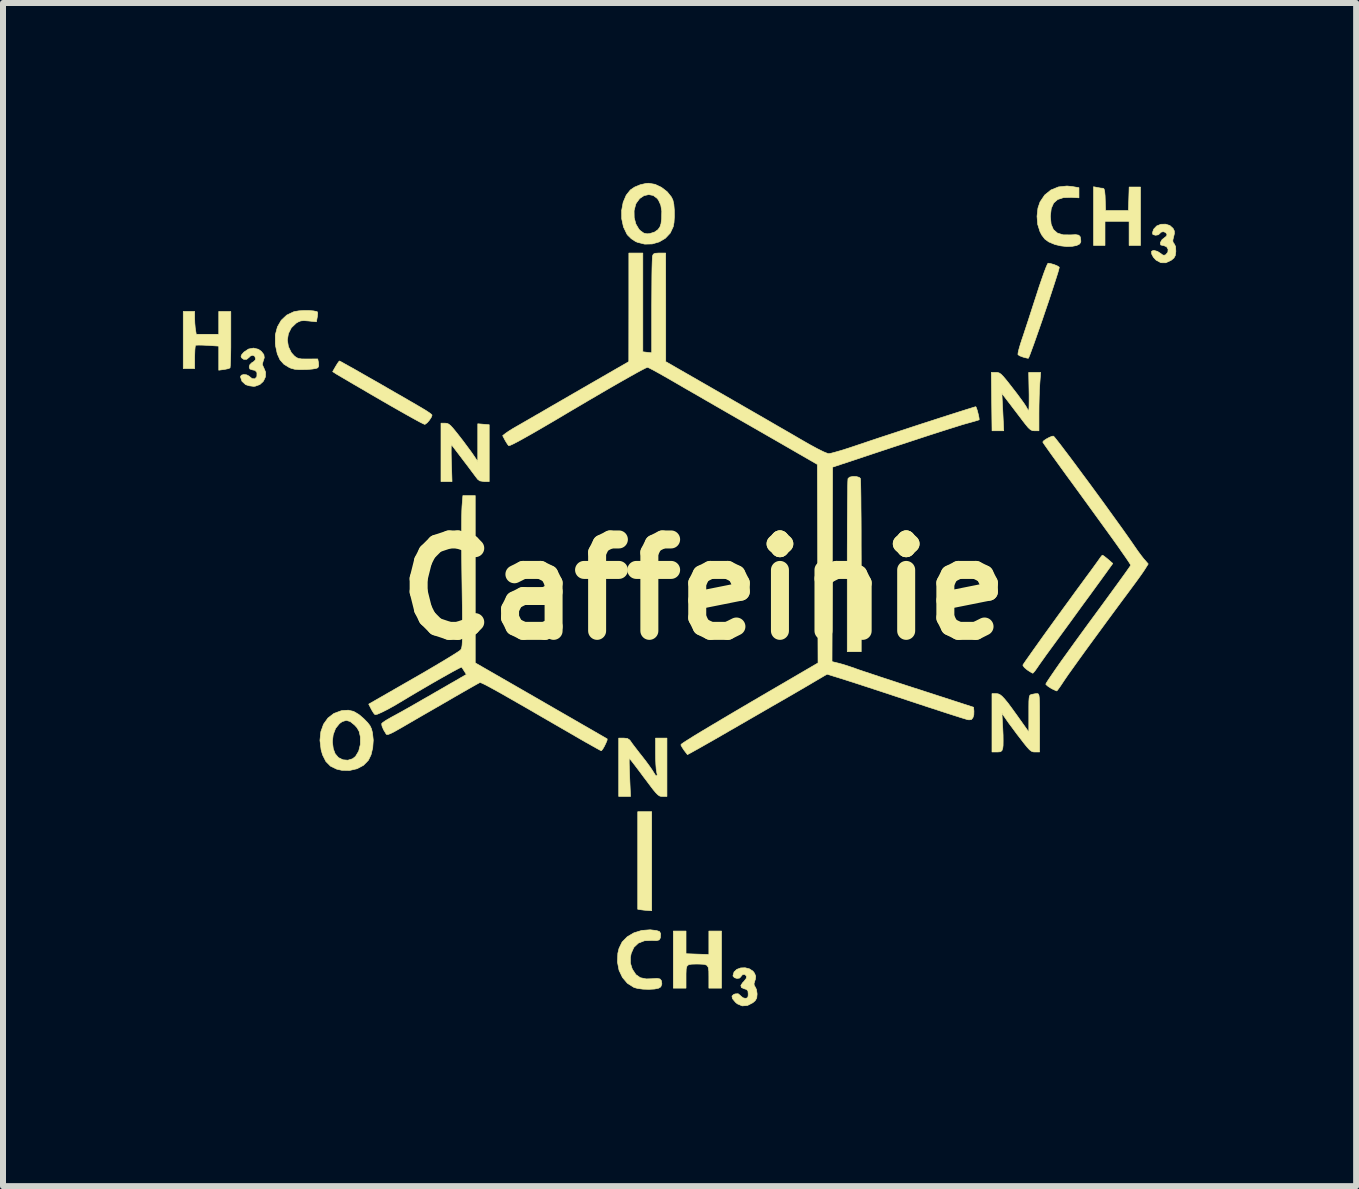
<source format=kicad_pcb>
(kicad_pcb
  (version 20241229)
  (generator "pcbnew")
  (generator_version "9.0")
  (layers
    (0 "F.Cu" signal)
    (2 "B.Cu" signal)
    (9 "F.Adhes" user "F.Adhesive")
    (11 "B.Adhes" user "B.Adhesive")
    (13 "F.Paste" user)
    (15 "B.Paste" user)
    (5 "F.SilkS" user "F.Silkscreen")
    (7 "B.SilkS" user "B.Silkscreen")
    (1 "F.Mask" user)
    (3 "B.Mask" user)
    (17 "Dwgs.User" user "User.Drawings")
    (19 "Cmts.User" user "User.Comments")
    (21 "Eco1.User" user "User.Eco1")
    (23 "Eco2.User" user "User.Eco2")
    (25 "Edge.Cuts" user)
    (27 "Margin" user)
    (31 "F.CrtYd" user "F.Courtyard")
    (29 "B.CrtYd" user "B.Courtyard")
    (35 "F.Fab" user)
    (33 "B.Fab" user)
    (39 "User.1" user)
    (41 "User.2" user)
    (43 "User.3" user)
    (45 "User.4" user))
  (footprint "Caffeinie"
    (layer "F.Cu")
    (at 8.683 6.778)
    (property "Reference" "Caffeinie" (at 0 0 0) (layer "F.SilkS") (effects (font (size 1.524 1.524) (thickness 0.3))))
    (attr through_hole)
    (fp_poly (pts (xy -0.868 5.355) (xy -0.926 5.352) (xy -0.995 5.346) (xy -1.042 5.34) (xy -1.101 5.331) (xy -1.101 3.704) (xy -0.868 3.704) (xy -0.868 5.355)) (stroke (width 0.01) (type solid)) (fill yes) (layer "F.SilkS"))
    (fp_poly (pts (xy 6.564 -6.702) (xy 6.62 -6.692) (xy 6.659 -6.689) (xy 6.674 -6.676) (xy 6.684 -6.636) (xy 6.691 -6.562) (xy 6.693 -6.503) (xy 6.699 -6.318) (xy 7.08 -6.318) (xy 7.092 -6.71) (xy 7.281 -6.71) (xy 7.281 -5.736) (xy 7.091 -5.736) (xy 7.091 -6.138) (xy 6.689 -6.138) (xy 6.689 -5.736) (xy 6.498 -5.736) (xy 6.498 -6.715) (xy 6.564 -6.702)) (stroke (width 0.01) (type solid)) (fill yes) (layer "F.SilkS"))
    (fp_poly (pts (xy -0.296 6.072) (xy -0.106 6.079) (xy 0.085 6.085) (xy 0.085 5.89) (xy 0.085 5.694) (xy 0.296 5.694) (xy 0.296 6.646) (xy 0.085 6.646) (xy 0.085 6.458) (xy 0.084 6.362) (xy 0.075 6.3) (xy 0.052 6.265) (xy 0.008 6.249) (xy -0.066 6.245) (xy -0.12 6.244) (xy -0.2 6.246) (xy -0.251 6.254) (xy -0.28 6.279) (xy -0.293 6.326) (xy -0.296 6.404) (xy -0.296 6.458) (xy -0.296 6.646) (xy -0.508 6.646) (xy -0.508 5.694) (xy -0.296 5.694) (xy -0.296 6.072)) (stroke (width 0.01) (type solid)) (fill yes) (layer "F.SilkS"))
    (fp_poly (pts (xy 2.544 -1.883) (xy 2.593 -1.869) (xy 2.612 -1.85) (xy 2.614 -1.824) (xy 2.616 -1.759) (xy 2.618 -1.658) (xy 2.62 -1.526) (xy 2.621 -1.366) (xy 2.623 -1.182) (xy 2.624 -0.976) (xy 2.624 -0.753) (xy 2.625 -0.516) (xy 2.625 -0.39) (xy 2.625 1.037) (xy 2.392 1.037) (xy 2.392 -0.39) (xy 2.392 -0.632) (xy 2.393 -0.863) (xy 2.393 -1.078) (xy 2.395 -1.274) (xy 2.396 -1.447) (xy 2.398 -1.594) (xy 2.399 -1.711) (xy 2.401 -1.795) (xy 2.404 -1.842) (xy 2.405 -1.85) (xy 2.433 -1.874) (xy 2.486 -1.885) (xy 2.544 -1.883)) (stroke (width 0.01) (type solid)) (fill yes) (layer "F.SilkS"))
    (fp_poly (pts (xy -8.488 -4.524) (xy -8.485 -4.442) (xy -8.478 -4.361) (xy -8.474 -4.334) (xy -8.461 -4.255) (xy -8.086 -4.255) (xy -8.086 -4.636) (xy -7.985 -4.635) (xy -7.885 -4.635) (xy -7.885 -4.172) (xy -7.885 -4.036) (xy -7.887 -3.914) (xy -7.89 -3.813) (xy -7.893 -3.739) (xy -7.897 -3.699) (xy -7.899 -3.694) (xy -7.927 -3.682) (xy -7.98 -3.671) (xy -7.999 -3.668) (xy -8.086 -3.656) (xy -8.086 -4.058) (xy -8.271 -4.07) (xy -8.356 -4.074) (xy -8.424 -4.075) (xy -8.465 -4.073) (xy -8.472 -4.071) (xy -8.479 -4.047) (xy -8.484 -3.991) (xy -8.487 -3.912) (xy -8.488 -3.872) (xy -8.488 -3.683) (xy -8.678 -3.683) (xy -8.678 -4.636) (xy -8.488 -4.636) (xy -8.488 -4.524)) (stroke (width 0.01) (type solid)) (fill yes) (layer "F.SilkS"))
    (fp_poly (pts (xy -4.281 -2.77) (xy -4.251 -2.757) (xy -4.218 -2.73) (xy -4.174 -2.681) (xy -4.114 -2.607) (xy -4.08 -2.564) (xy -4.008 -2.471) (xy -3.939 -2.378) (xy -3.879 -2.297) (xy -3.842 -2.244) (xy -3.768 -2.134) (xy -3.768 -2.763) (xy -3.577 -2.747) (xy -3.577 -1.799) (xy -3.659 -1.799) (xy -3.734 -1.811) (xy -3.77 -1.838) (xy -3.815 -1.897) (xy -3.872 -1.973) (xy -3.936 -2.059) (xy -4.004 -2.148) (xy -4.069 -2.234) (xy -4.127 -2.31) (xy -4.172 -2.369) (xy -4.2 -2.405) (xy -4.207 -2.413) (xy -4.21 -2.397) (xy -4.211 -2.346) (xy -4.211 -2.266) (xy -4.209 -2.165) (xy -4.207 -2.111) (xy -4.197 -1.799) (xy -4.381 -1.799) (xy -4.381 -2.773) (xy -4.312 -2.773) (xy -4.281 -2.77)) (stroke (width 0.01) (type solid)) (fill yes) (layer "F.SilkS"))
    (fp_poly (pts (xy 6.143 -6.718) (xy 6.255 -6.699) (xy 6.255 -6.53) (xy 6.126 -6.537) (xy 5.997 -6.533) (xy 5.9 -6.502) (xy 5.833 -6.443) (xy 5.793 -6.352) (xy 5.779 -6.229) (xy 5.779 -6.212) (xy 5.791 -6.09) (xy 5.829 -6.001) (xy 5.896 -5.942) (xy 5.992 -5.913) (xy 6.119 -5.912) (xy 6.119 -5.912) (xy 6.202 -5.916) (xy 6.252 -5.907) (xy 6.277 -5.879) (xy 6.285 -5.827) (xy 6.286 -5.796) (xy 6.267 -5.761) (xy 6.216 -5.735) (xy 6.14 -5.721) (xy 6.049 -5.718) (xy 5.951 -5.729) (xy 5.854 -5.752) (xy 5.847 -5.755) (xy 5.753 -5.794) (xy 5.687 -5.842) (xy 5.635 -5.909) (xy 5.605 -5.967) (xy 5.567 -6.087) (xy 5.556 -6.222) (xy 5.571 -6.358) (xy 5.606 -6.461) (xy 5.684 -6.577) (xy 5.788 -6.661) (xy 5.914 -6.712) (xy 6.055 -6.727) (xy 6.143 -6.718)) (stroke (width 0.01) (type solid)) (fill yes) (layer "F.SilkS"))
    (fp_poly (pts (xy 5.785 -5.433) (xy 5.841 -5.417) (xy 5.892 -5.396) (xy 5.923 -5.376) (xy 5.927 -5.37) (xy 5.92 -5.34) (xy 5.902 -5.276) (xy 5.873 -5.185) (xy 5.836 -5.07) (xy 5.793 -4.939) (xy 5.746 -4.796) (xy 5.695 -4.647) (xy 5.644 -4.496) (xy 5.593 -4.349) (xy 5.545 -4.212) (xy 5.502 -4.09) (xy 5.464 -3.987) (xy 5.436 -3.911) (xy 5.417 -3.865) (xy 5.41 -3.854) (xy 5.375 -3.861) (xy 5.322 -3.875) (xy 5.319 -3.876) (xy 5.269 -3.895) (xy 5.239 -3.915) (xy 5.238 -3.916) (xy 5.24 -3.944) (xy 5.253 -4.002) (xy 5.276 -4.082) (xy 5.299 -4.154) (xy 5.327 -4.236) (xy 5.364 -4.349) (xy 5.409 -4.485) (xy 5.458 -4.637) (xy 5.509 -4.795) (xy 5.545 -4.905) (xy 5.591 -5.048) (xy 5.635 -5.176) (xy 5.673 -5.284) (xy 5.705 -5.368) (xy 5.728 -5.421) (xy 5.74 -5.44) (xy 5.785 -5.433)) (stroke (width 0.01) (type solid)) (fill yes) (layer "F.SilkS"))
    (fp_poly (pts (xy -6.053 -3.8) (xy -6.001 -3.771) (xy -5.922 -3.727) (xy -5.82 -3.67) (xy -5.701 -3.602) (xy -5.57 -3.527) (xy -5.43 -3.448) (xy -5.288 -3.366) (xy -5.148 -3.285) (xy -5.013 -3.208) (xy -4.891 -3.137) (xy -4.784 -3.075) (xy -4.699 -3.025) (xy -4.639 -2.989) (xy -4.62 -2.977) (xy -4.568 -2.942) (xy -4.536 -2.916) (xy -4.53 -2.907) (xy -4.543 -2.871) (xy -4.574 -2.823) (xy -4.611 -2.78) (xy -4.645 -2.755) (xy -4.653 -2.753) (xy -4.679 -2.764) (xy -4.737 -2.793) (xy -4.823 -2.84) (xy -4.933 -2.901) (xy -5.062 -2.974) (xy -5.208 -3.057) (xy -5.364 -3.147) (xy -5.393 -3.164) (xy -5.552 -3.256) (xy -5.7 -3.343) (xy -5.835 -3.421) (xy -5.95 -3.489) (xy -6.042 -3.543) (xy -6.107 -3.581) (xy -6.14 -3.601) (xy -6.142 -3.603) (xy -6.187 -3.632) (xy -6.136 -3.721) (xy -6.104 -3.773) (xy -6.08 -3.805) (xy -6.073 -3.81) (xy -6.053 -3.8)) (stroke (width 0.01) (type solid)) (fill yes) (layer "F.SilkS"))
    (fp_poly (pts (xy -0.786 5.686) (xy -0.737 5.703) (xy -0.72 5.736) (xy -0.72 5.748) (xy -0.724 5.809) (xy -0.744 5.842) (xy -0.787 5.854) (xy -0.863 5.851) (xy -0.865 5.851) (xy -0.989 5.856) (xy -1.09 5.895) (xy -1.165 5.966) (xy -1.21 6.066) (xy -1.223 6.135) (xy -1.223 6.228) (xy -1.198 6.311) (xy -1.187 6.336) (xy -1.131 6.421) (xy -1.057 6.472) (xy -0.96 6.492) (xy -0.862 6.489) (xy -0.779 6.483) (xy -0.73 6.493) (xy -0.706 6.522) (xy -0.699 6.574) (xy -0.699 6.578) (xy -0.717 6.625) (xy -0.753 6.647) (xy -0.821 6.661) (xy -0.913 6.666) (xy -1.013 6.663) (xy -1.104 6.651) (xy -1.164 6.634) (xy -1.273 6.565) (xy -1.356 6.467) (xy -1.413 6.347) (xy -1.439 6.211) (xy -1.433 6.066) (xy -1.413 5.983) (xy -1.361 5.876) (xy -1.275 5.789) (xy -1.165 5.724) (xy -1.035 5.684) (xy -0.894 5.673) (xy -0.786 5.686)) (stroke (width 0.01) (type solid)) (fill yes) (layer "F.SilkS"))
    (fp_poly (pts (xy 4.87 -3.62) (xy 4.9 -3.618) (xy 4.927 -3.609) (xy 4.957 -3.589) (xy 4.994 -3.551) (xy 5.043 -3.493) (xy 5.111 -3.407) (xy 5.149 -3.358) (xy 5.222 -3.264) (xy 5.286 -3.177) (xy 5.338 -3.105) (xy 5.371 -3.055) (xy 5.379 -3.041) (xy 5.401 -3.001) (xy 5.417 -2.984) (xy 5.421 -3.004) (xy 5.423 -3.059) (xy 5.424 -3.142) (xy 5.424 -3.245) (xy 5.423 -3.302) (xy 5.417 -3.619) (xy 5.616 -3.619) (xy 5.602 -3.426) (xy 5.596 -3.327) (xy 5.592 -3.202) (xy 5.589 -3.067) (xy 5.588 -2.939) (xy 5.588 -2.646) (xy 5.516 -2.646) (xy 5.479 -2.649) (xy 5.447 -2.664) (xy 5.411 -2.696) (xy 5.364 -2.753) (xy 5.328 -2.799) (xy 5.257 -2.893) (xy 5.176 -2.999) (xy 5.101 -3.098) (xy 5.091 -3.111) (xy 4.97 -3.269) (xy 4.986 -2.957) (xy 5.001 -2.646) (xy 4.806 -2.646) (xy 4.8 -3.133) (xy 4.794 -3.62) (xy 4.87 -3.62)) (stroke (width 0.01) (type solid)) (fill yes) (layer "F.SilkS"))
    (fp_poly (pts (xy -1.274 2.483) (xy -1.234 2.51) (xy -1.216 2.535) (xy -1.188 2.575) (xy -1.14 2.638) (xy -1.08 2.716) (xy -1.025 2.785) (xy -0.96 2.869) (xy -0.903 2.947) (xy -0.859 3.011) (xy -0.838 3.045) (xy -0.806 3.095) (xy -0.784 3.11) (xy -0.776 3.089) (xy -0.785 3.043) (xy -0.793 2.994) (xy -0.799 2.915) (xy -0.803 2.817) (xy -0.804 2.725) (xy -0.804 2.477) (xy -0.614 2.477) (xy -0.614 3.45) (xy -0.687 3.45) (xy -0.714 3.449) (xy -0.739 3.441) (xy -0.766 3.422) (xy -0.8 3.388) (xy -0.845 3.334) (xy -0.905 3.255) (xy -0.986 3.147) (xy -0.997 3.133) (xy -1.071 3.033) (xy -1.137 2.946) (xy -1.19 2.877) (xy -1.226 2.832) (xy -1.241 2.815) (xy -1.241 2.815) (xy -1.243 2.835) (xy -1.243 2.89) (xy -1.241 2.973) (xy -1.237 3.076) (xy -1.235 3.133) (xy -1.221 3.45) (xy -1.418 3.45) (xy -1.418 2.477) (xy -1.336 2.477) (xy -1.274 2.483)) (stroke (width 0.01) (type solid)) (fill yes) (layer "F.SilkS"))
    (fp_poly (pts (xy -6.583 -4.651) (xy -6.508 -4.645) (xy -6.456 -4.635) (xy -6.441 -4.628) (xy -6.437 -4.601) (xy -6.442 -4.551) (xy -6.444 -4.54) (xy -6.458 -4.463) (xy -6.589 -4.477) (xy -6.667 -4.483) (xy -6.719 -4.478) (xy -6.763 -4.46) (xy -6.795 -4.441) (xy -6.876 -4.363) (xy -6.925 -4.266) (xy -6.942 -4.159) (xy -6.925 -4.05) (xy -6.876 -3.949) (xy -6.827 -3.895) (xy -6.793 -3.868) (xy -6.756 -3.852) (xy -6.705 -3.844) (xy -6.625 -3.843) (xy -6.603 -3.843) (xy -6.436 -3.844) (xy -6.423 -3.782) (xy -6.42 -3.727) (xy -6.434 -3.697) (xy -6.465 -3.685) (xy -6.528 -3.675) (xy -6.611 -3.668) (xy -6.642 -3.667) (xy -6.746 -3.666) (xy -6.821 -3.672) (xy -6.88 -3.688) (xy -6.911 -3.701) (xy -7 -3.756) (xy -7.065 -3.829) (xy -7.11 -3.928) (xy -7.138 -4.058) (xy -7.143 -4.1) (xy -7.143 -4.246) (xy -7.108 -4.378) (xy -7.044 -4.489) (xy -6.952 -4.575) (xy -6.837 -4.63) (xy -6.816 -4.635) (xy -6.749 -4.646) (xy -6.667 -4.651) (xy -6.583 -4.651)) (stroke (width 0.01) (type solid)) (fill yes) (layer "F.SilkS"))
    (fp_poly (pts (xy 6.67 -0.559) (xy 6.712 -0.526) (xy 6.74 -0.503) (xy 6.819 -0.434) (xy 6.717 -0.292) (xy 6.675 -0.234) (xy 6.612 -0.147) (xy 6.531 -0.036) (xy 6.436 0.095) (xy 6.33 0.239) (xy 6.218 0.393) (xy 6.103 0.552) (xy 5.988 0.709) (xy 5.877 0.861) (xy 5.779 0.995) (xy 5.711 1.088) (xy 5.647 1.178) (xy 5.593 1.254) (xy 5.557 1.307) (xy 5.557 1.307) (xy 5.521 1.358) (xy 5.493 1.39) (xy 5.485 1.396) (xy 5.461 1.384) (xy 5.416 1.356) (xy 5.391 1.339) (xy 5.346 1.301) (xy 5.322 1.269) (xy 5.321 1.258) (xy 5.336 1.235) (xy 5.372 1.182) (xy 5.428 1.103) (xy 5.499 1.002) (xy 5.584 0.883) (xy 5.678 0.751) (xy 5.78 0.61) (xy 5.886 0.463) (xy 5.993 0.316) (xy 6.099 0.171) (xy 6.199 0.033) (xy 6.292 -0.093) (xy 6.373 -0.204) (xy 6.445 -0.301) (xy 6.509 -0.389) (xy 6.561 -0.461) (xy 6.596 -0.51) (xy 6.607 -0.526) (xy 6.633 -0.561) (xy 6.648 -0.572) (xy 6.67 -0.559)) (stroke (width 0.01) (type solid)) (fill yes) (layer "F.SilkS"))
    (fp_poly (pts (xy -7.425 -4.005) (xy -7.376 -3.97) (xy -7.334 -3.916) (xy -7.327 -3.864) (xy -7.347 -3.802) (xy -7.36 -3.753) (xy -7.341 -3.707) (xy -7.337 -3.701) (xy -7.305 -3.624) (xy -7.308 -3.544) (xy -7.342 -3.472) (xy -7.401 -3.417) (xy -7.479 -3.389) (xy -7.507 -3.387) (xy -7.576 -3.396) (xy -7.635 -3.414) (xy -7.64 -3.417) (xy -7.699 -3.471) (xy -7.724 -3.546) (xy -7.724 -3.548) (xy -7.709 -3.573) (xy -7.67 -3.584) (xy -7.622 -3.579) (xy -7.583 -3.559) (xy -7.579 -3.555) (xy -7.53 -3.516) (xy -7.486 -3.512) (xy -7.455 -3.542) (xy -7.45 -3.556) (xy -7.449 -3.617) (xy -7.481 -3.653) (xy -7.527 -3.662) (xy -7.567 -3.676) (xy -7.579 -3.709) (xy -7.567 -3.749) (xy -7.531 -3.784) (xy -7.509 -3.795) (xy -7.478 -3.825) (xy -7.472 -3.849) (xy -7.487 -3.891) (xy -7.522 -3.906) (xy -7.562 -3.89) (xy -7.575 -3.875) (xy -7.619 -3.838) (xy -7.669 -3.837) (xy -7.704 -3.862) (xy -7.715 -3.888) (xy -7.701 -3.919) (xy -7.666 -3.958) (xy -7.59 -4.009) (xy -7.506 -4.025) (xy -7.425 -4.005)) (stroke (width 0.01) (type solid)) (fill yes) (layer "F.SilkS"))
    (fp_poly (pts (xy -5.838 2.032) (xy -5.751 2.083) (xy -5.67 2.152) (xy -5.605 2.218) (xy -5.565 2.27) (xy -5.54 2.322) (xy -5.523 2.389) (xy -5.51 2.511) (xy -5.519 2.638) (xy -5.547 2.756) (xy -5.591 2.847) (xy -5.673 2.931) (xy -5.78 2.988) (xy -5.905 3.017) (xy -6.036 3.014) (xy -6.12 2.995) (xy -6.223 2.945) (xy -6.3 2.867) (xy -6.355 2.758) (xy -6.38 2.671) (xy -6.396 2.536) (xy -6.192 2.536) (xy -6.177 2.654) (xy -6.146 2.737) (xy -6.091 2.802) (xy -6.016 2.839) (xy -5.934 2.846) (xy -5.855 2.822) (xy -5.806 2.783) (xy -5.753 2.695) (xy -5.725 2.582) (xy -5.725 2.458) (xy -5.727 2.447) (xy -5.745 2.367) (xy -5.781 2.304) (xy -5.821 2.26) (xy -5.894 2.201) (xy -5.96 2.182) (xy -6.027 2.202) (xy -6.073 2.235) (xy -6.138 2.315) (xy -6.178 2.42) (xy -6.192 2.536) (xy -6.396 2.536) (xy -6.399 2.514) (xy -6.384 2.371) (xy -6.339 2.245) (xy -6.265 2.142) (xy -6.166 2.066) (xy -6.043 2.021) (xy -6.025 2.018) (xy -5.926 2.012) (xy -5.838 2.032)) (stroke (width 0.01) (type solid)) (fill yes) (layer "F.SilkS"))
    (fp_poly (pts (xy 4.906 1.739) (xy 4.937 1.752) (xy 4.971 1.778) (xy 5.013 1.822) (xy 5.067 1.887) (xy 5.134 1.977) (xy 5.22 2.096) (xy 5.278 2.178) (xy 5.419 2.376) (xy 5.419 2.069) (xy 5.419 1.949) (xy 5.42 1.865) (xy 5.424 1.81) (xy 5.43 1.777) (xy 5.441 1.76) (xy 5.457 1.752) (xy 5.466 1.749) (xy 5.524 1.738) (xy 5.556 1.736) (xy 5.57 1.737) (xy 5.58 1.745) (xy 5.588 1.764) (xy 5.593 1.8) (xy 5.596 1.858) (xy 5.598 1.942) (xy 5.598 2.058) (xy 5.599 2.211) (xy 5.599 2.709) (xy 5.524 2.709) (xy 5.491 2.707) (xy 5.462 2.696) (xy 5.43 2.671) (xy 5.389 2.626) (xy 5.332 2.556) (xy 5.292 2.503) (xy 5.22 2.41) (xy 5.15 2.315) (xy 5.088 2.232) (xy 5.052 2.181) (xy 4.971 2.064) (xy 4.985 2.321) (xy 4.99 2.427) (xy 4.991 2.524) (xy 4.99 2.601) (xy 4.985 2.643) (xy 4.971 2.686) (xy 4.946 2.705) (xy 4.894 2.709) (xy 4.888 2.709) (xy 4.805 2.709) (xy 4.805 1.736) (xy 4.876 1.736) (xy 4.906 1.739)) (stroke (width 0.01) (type solid)) (fill yes) (layer "F.SilkS"))
    (fp_poly (pts (xy 0.761 6.324) (xy 0.821 6.364) (xy 0.846 6.397) (xy 0.866 6.447) (xy 0.861 6.496) (xy 0.852 6.523) (xy 0.837 6.575) (xy 0.845 6.609) (xy 0.858 6.626) (xy 0.878 6.668) (xy 0.888 6.731) (xy 0.889 6.747) (xy 0.883 6.81) (xy 0.858 6.854) (xy 0.818 6.889) (xy 0.729 6.935) (xy 0.641 6.942) (xy 0.56 6.908) (xy 0.528 6.881) (xy 0.479 6.822) (xy 0.47 6.779) (xy 0.499 6.751) (xy 0.524 6.742) (xy 0.573 6.739) (xy 0.607 6.766) (xy 0.611 6.772) (xy 0.653 6.806) (xy 0.69 6.816) (xy 0.725 6.809) (xy 0.739 6.783) (xy 0.741 6.743) (xy 0.736 6.692) (xy 0.713 6.668) (xy 0.677 6.657) (xy 0.628 6.636) (xy 0.618 6.602) (xy 0.648 6.555) (xy 0.67 6.533) (xy 0.708 6.484) (xy 0.713 6.447) (xy 0.685 6.418) (xy 0.648 6.419) (xy 0.622 6.449) (xy 0.621 6.452) (xy 0.597 6.478) (xy 0.554 6.484) (xy 0.512 6.472) (xy 0.488 6.445) (xy 0.487 6.436) (xy 0.505 6.376) (xy 0.551 6.333) (xy 0.616 6.309) (xy 0.689 6.306) (xy 0.761 6.324)) (stroke (width 0.01) (type solid)) (fill yes) (layer "F.SilkS"))
    (fp_poly (pts (xy -0.812 -6.755) (xy -0.706 -6.705) (xy -0.611 -6.632) (xy -0.54 -6.544) (xy -0.515 -6.493) (xy -0.499 -6.422) (xy -0.491 -6.325) (xy -0.49 -6.219) (xy -0.496 -6.119) (xy -0.509 -6.049) (xy -0.559 -5.942) (xy -0.64 -5.856) (xy -0.743 -5.795) (xy -0.86 -5.761) (xy -0.985 -5.758) (xy -1.108 -5.789) (xy -1.139 -5.803) (xy -1.208 -5.848) (xy -1.267 -5.906) (xy -1.281 -5.924) (xy -1.339 -6.045) (xy -1.368 -6.18) (xy -1.369 -6.314) (xy -1.162 -6.314) (xy -1.16 -6.2) (xy -1.132 -6.093) (xy -1.08 -6.005) (xy -1.053 -5.979) (xy -0.999 -5.941) (xy -0.946 -5.93) (xy -0.903 -5.933) (xy -0.821 -5.959) (xy -0.765 -5.998) (xy -0.732 -6.042) (xy -0.713 -6.098) (xy -0.703 -6.179) (xy -0.7 -6.309) (xy -0.717 -6.409) (xy -0.753 -6.488) (xy -0.775 -6.519) (xy -0.841 -6.569) (xy -0.918 -6.584) (xy -0.997 -6.566) (xy -1.069 -6.518) (xy -1.125 -6.442) (xy -1.135 -6.421) (xy -1.162 -6.314) (xy -1.369 -6.314) (xy -1.369 -6.32) (xy -1.344 -6.455) (xy -1.293 -6.574) (xy -1.224 -6.661) (xy -1.153 -6.709) (xy -1.059 -6.748) (xy -0.962 -6.77) (xy -0.918 -6.773) (xy -0.812 -6.755)) (stroke (width 0.01) (type solid)) (fill yes) (layer "F.SilkS"))
    (fp_poly (pts (xy 7.771 -6.068) (xy 7.825 -6.019) (xy 7.845 -5.977) (xy 7.846 -5.933) (xy 7.834 -5.883) (xy 7.82 -5.825) (xy 7.823 -5.79) (xy 7.842 -5.765) (xy 7.866 -5.718) (xy 7.87 -5.641) (xy 7.87 -5.634) (xy 7.861 -5.568) (xy 7.838 -5.526) (xy 7.792 -5.488) (xy 7.791 -5.488) (xy 7.703 -5.447) (xy 7.621 -5.448) (xy 7.543 -5.49) (xy 7.539 -5.493) (xy 7.495 -5.541) (xy 7.468 -5.592) (xy 7.467 -5.598) (xy 7.465 -5.638) (xy 7.49 -5.651) (xy 7.51 -5.652) (xy 7.564 -5.637) (xy 7.614 -5.605) (xy 7.656 -5.574) (xy 7.689 -5.575) (xy 7.7 -5.58) (xy 7.737 -5.623) (xy 7.741 -5.672) (xy 7.716 -5.714) (xy 7.665 -5.735) (xy 7.652 -5.736) (xy 7.618 -5.744) (xy 7.612 -5.775) (xy 7.614 -5.787) (xy 7.64 -5.833) (xy 7.676 -5.861) (xy 7.716 -5.893) (xy 7.722 -5.922) (xy 7.699 -5.953) (xy 7.659 -5.966) (xy 7.621 -5.956) (xy 7.607 -5.939) (xy 7.579 -5.914) (xy 7.533 -5.906) (xy 7.493 -5.916) (xy 7.483 -5.926) (xy 7.483 -5.957) (xy 7.5 -6.005) (xy 7.502 -6.009) (xy 7.551 -6.061) (xy 7.621 -6.089) (xy 7.699 -6.091) (xy 7.771 -6.068)) (stroke (width 0.01) (type solid)) (fill yes) (layer "F.SilkS"))
    (fp_poly (pts (xy 5.847 -2.54) (xy 5.886 -2.491) (xy 5.945 -2.416) (xy 6.019 -2.318) (xy 6.108 -2.201) (xy 6.207 -2.068) (xy 6.314 -1.923) (xy 6.427 -1.771) (xy 6.542 -1.614) (xy 6.657 -1.457) (xy 6.768 -1.303) (xy 6.874 -1.156) (xy 6.972 -1.02) (xy 7.058 -0.899) (xy 7.13 -0.796) (xy 7.179 -0.725) (xy 7.235 -0.644) (xy 7.292 -0.567) (xy 7.338 -0.508) (xy 7.347 -0.499) (xy 7.41 -0.426) (xy 7.353 -0.335) (xy 7.321 -0.287) (xy 7.269 -0.213) (xy 7.203 -0.122) (xy 7.129 -0.022) (xy 7.09 0.031) (xy 6.967 0.196) (xy 6.84 0.368) (xy 6.711 0.543) (xy 6.583 0.718) (xy 6.459 0.887) (xy 6.343 1.046) (xy 6.238 1.192) (xy 6.147 1.319) (xy 6.072 1.424) (xy 6.018 1.503) (xy 5.994 1.539) (xy 5.948 1.608) (xy 5.911 1.66) (xy 5.888 1.689) (xy 5.884 1.691) (xy 5.861 1.682) (xy 5.814 1.66) (xy 5.793 1.649) (xy 5.741 1.616) (xy 5.707 1.586) (xy 5.702 1.578) (xy 5.712 1.557) (xy 5.746 1.504) (xy 5.8 1.424) (xy 5.872 1.319) (xy 5.961 1.192) (xy 6.065 1.048) (xy 6.18 0.888) (xy 6.305 0.716) (xy 6.402 0.583) (xy 6.533 0.405) (xy 6.657 0.236) (xy 6.77 0.081) (xy 6.872 -0.059) (xy 6.959 -0.179) (xy 7.029 -0.276) (xy 7.08 -0.348) (xy 7.11 -0.391) (xy 7.118 -0.402) (xy 7.111 -0.419) (xy 7.086 -0.459) (xy 7.042 -0.524) (xy 6.979 -0.614) (xy 6.897 -0.732) (xy 6.793 -0.877) (xy 6.667 -1.051) (xy 6.519 -1.255) (xy 6.348 -1.491) (xy 6.153 -1.759) (xy 6.054 -1.894) (xy 5.957 -2.028) (xy 5.868 -2.151) (xy 5.79 -2.259) (xy 5.727 -2.348) (xy 5.681 -2.413) (xy 5.656 -2.451) (xy 5.652 -2.459) (xy 5.669 -2.481) (xy 5.71 -2.509) (xy 5.762 -2.537) (xy 5.808 -2.555) (xy 5.83 -2.557) (xy 5.847 -2.54)) (stroke (width 0.01) (type solid)) (fill yes) (layer "F.SilkS"))
    (fp_poly (pts (xy -3.81 1.223) (xy -2.715 1.853) (xy -2.518 1.967) (xy -2.332 2.074) (xy -2.16 2.173) (xy -2.006 2.262) (xy -1.872 2.339) (xy -1.763 2.402) (xy -1.68 2.45) (xy -1.628 2.48) (xy -1.61 2.491) (xy -1.612 2.513) (xy -1.63 2.557) (xy -1.655 2.61) (xy -1.682 2.657) (xy -1.704 2.685) (xy -1.709 2.688) (xy -1.731 2.678) (xy -1.784 2.649) (xy -1.864 2.604) (xy -1.966 2.547) (xy -2.084 2.479) (xy -2.201 2.411) (xy -2.478 2.251) (xy -2.72 2.111) (xy -2.93 1.989) (xy -3.11 1.886) (xy -3.262 1.799) (xy -3.388 1.727) (xy -3.491 1.67) (xy -3.573 1.625) (xy -3.635 1.592) (xy -3.68 1.57) (xy -3.71 1.557) (xy -3.728 1.551) (xy -3.733 1.552) (xy -3.749 1.56) (xy -3.784 1.579) (xy -3.841 1.611) (xy -3.92 1.656) (xy -4.025 1.716) (xy -4.157 1.792) (xy -4.317 1.885) (xy -4.508 1.995) (xy -4.732 2.124) (xy -4.99 2.274) (xy -5.056 2.312) (xy -5.153 2.367) (xy -5.22 2.401) (xy -5.263 2.417) (xy -5.287 2.417) (xy -5.295 2.41) (xy -5.339 2.337) (xy -5.365 2.275) (xy -5.37 2.236) (xy -5.369 2.235) (xy -5.347 2.214) (xy -5.296 2.18) (xy -5.227 2.14) (xy -5.204 2.127) (xy -5.141 2.093) (xy -5.048 2.042) (xy -4.934 1.978) (xy -4.806 1.905) (xy -4.671 1.827) (xy -4.593 1.783) (xy -4.462 1.707) (xy -4.338 1.636) (xy -4.228 1.572) (xy -4.137 1.52) (xy -4.073 1.483) (xy -4.048 1.468) (xy -3.958 1.416) (xy -3.994 1.359) (xy -4.021 1.317) (xy -4.036 1.294) (xy -4.036 1.293) (xy -4.056 1.301) (xy -4.106 1.327) (xy -4.183 1.368) (xy -4.281 1.423) (xy -4.395 1.487) (xy -4.519 1.558) (xy -4.649 1.634) (xy -4.779 1.71) (xy -4.904 1.784) (xy -4.972 1.825) (xy -5.133 1.921) (xy -5.266 1.996) (xy -5.37 2.048) (xy -5.441 2.079) (xy -5.48 2.086) (xy -5.483 2.084) (xy -5.505 2.059) (xy -5.535 2.01) (xy -5.545 1.991) (xy -5.586 1.911) (xy -4.841 1.483) (xy -4.677 1.389) (xy -4.524 1.299) (xy -4.386 1.217) (xy -4.266 1.145) (xy -4.169 1.085) (xy -4.1 1.041) (xy -4.061 1.014) (xy -4.056 1.009) (xy -4.047 0.997) (xy -4.04 0.982) (xy -4.034 0.96) (xy -4.029 0.927) (xy -4.026 0.88) (xy -4.024 0.815) (xy -4.023 0.729) (xy -4.023 0.617) (xy -4.024 0.478) (xy -4.025 0.306) (xy -4.028 0.099) (xy -4.031 -0.116) (xy -4.034 -0.333) (xy -4.036 -0.543) (xy -4.037 -0.741) (xy -4.037 -0.921) (xy -4.037 -1.08) (xy -4.036 -1.212) (xy -4.034 -1.312) (xy -4.031 -1.376) (xy -4.031 -1.381) (xy -4.016 -1.566) (xy -3.81 -1.566) (xy -3.81 1.223)) (stroke (width 0.01) (type solid)) (fill yes) (layer "F.SilkS"))
    (fp_poly (pts (xy -1.016 -3.963) (xy -0.942 -3.954) (xy -0.868 -3.946) (xy -0.868 -4.73) (xy -0.867 -4.91) (xy -0.866 -5.078) (xy -0.865 -5.228) (xy -0.863 -5.357) (xy -0.86 -5.459) (xy -0.857 -5.529) (xy -0.855 -5.561) (xy -0.854 -5.562) (xy -0.841 -5.591) (xy -0.812 -5.605) (xy -0.757 -5.609) (xy -0.738 -5.609) (xy -0.635 -5.609) (xy -0.634 -4.704) (xy -0.634 -3.799) (xy 0.268 -3.281) (xy 0.466 -3.167) (xy 0.667 -3.051) (xy 0.867 -2.936) (xy 1.058 -2.826) (xy 1.235 -2.723) (xy 1.392 -2.633) (xy 1.523 -2.557) (xy 1.596 -2.514) (xy 1.765 -2.417) (xy 1.9 -2.344) (xy 1.999 -2.295) (xy 2.064 -2.269) (xy 2.085 -2.265) (xy 2.124 -2.272) (xy 2.195 -2.291) (xy 2.293 -2.319) (xy 2.41 -2.356) (xy 2.539 -2.399) (xy 2.583 -2.414) (xy 2.682 -2.447) (xy 2.806 -2.489) (xy 2.95 -2.537) (xy 3.109 -2.589) (xy 3.279 -2.645) (xy 3.455 -2.703) (xy 3.632 -2.761) (xy 3.806 -2.817) (xy 3.972 -2.871) (xy 4.125 -2.92) (xy 4.26 -2.963) (xy 4.374 -2.999) (xy 4.461 -3.026) (xy 4.516 -3.043) (xy 4.535 -3.048) (xy 4.545 -3.03) (xy 4.56 -2.985) (xy 4.575 -2.927) (xy 4.587 -2.873) (xy 4.592 -2.836) (xy 4.59 -2.829) (xy 4.568 -2.821) (xy 4.514 -2.805) (xy 4.436 -2.783) (xy 4.371 -2.765) (xy 4.308 -2.747) (xy 4.21 -2.716) (xy 4.082 -2.676) (xy 3.928 -2.627) (xy 3.754 -2.571) (xy 3.565 -2.509) (xy 3.365 -2.443) (xy 3.16 -2.376) (xy 3.154 -2.374) (xy 2.148 -2.04) (xy 2.143 -0.419) (xy 2.138 1.202) (xy 2.249 1.229) (xy 2.323 1.249) (xy 2.419 1.28) (xy 2.516 1.313) (xy 2.529 1.318) (xy 2.585 1.338) (xy 2.677 1.369) (xy 2.798 1.409) (xy 2.944 1.458) (xy 3.11 1.512) (xy 3.291 1.572) (xy 3.482 1.634) (xy 3.598 1.671) (xy 4.498 1.963) (xy 4.504 2.028) (xy 4.502 2.09) (xy 4.487 2.138) (xy 4.462 2.168) (xy 4.422 2.173) (xy 4.396 2.169) (xy 4.362 2.159) (xy 4.293 2.138) (xy 4.192 2.106) (xy 4.064 2.065) (xy 3.914 2.016) (xy 3.745 1.961) (xy 3.563 1.901) (xy 3.418 1.853) (xy 3.221 1.788) (xy 3.028 1.724) (xy 2.845 1.664) (xy 2.677 1.609) (xy 2.53 1.561) (xy 2.408 1.522) (xy 2.318 1.493) (xy 2.282 1.482) (xy 2.055 1.412) (xy 1.911 1.497) (xy 1.836 1.541) (xy 1.733 1.602) (xy 1.606 1.676) (xy 1.46 1.761) (xy 1.299 1.854) (xy 1.128 1.952) (xy 0.952 2.054) (xy 0.775 2.156) (xy 0.602 2.256) (xy 0.437 2.351) (xy 0.285 2.439) (xy 0.151 2.516) (xy 0.038 2.58) (xy -0.048 2.629) (xy -0.103 2.66) (xy -0.11 2.664) (xy -0.272 2.753) (xy -0.327 2.682) (xy -0.36 2.632) (xy -0.38 2.595) (xy -0.381 2.588) (xy -0.368 2.574) (xy -0.328 2.546) (xy -0.259 2.502) (xy -0.162 2.441) (xy -0.035 2.364) (xy 0.124 2.269) (xy 0.314 2.156) (xy 0.537 2.024) (xy 0.794 1.873) (xy 1.086 1.702) (xy 1.371 1.536) (xy 1.905 1.224) (xy 1.894 -2.085) (xy 1.587 -2.262) (xy 1.497 -2.314) (xy 1.376 -2.384) (xy 1.232 -2.467) (xy 1.07 -2.56) (xy 0.898 -2.659) (xy 0.722 -2.76) (xy 0.561 -2.852) (xy 0.382 -2.955) (xy 0.198 -3.061) (xy 0.016 -3.166) (xy -0.157 -3.266) (xy -0.314 -3.356) (xy -0.448 -3.434) (xy -0.536 -3.485) (xy -0.651 -3.551) (xy -0.754 -3.609) (xy -0.839 -3.656) (xy -0.901 -3.688) (xy -0.934 -3.704) (xy -0.937 -3.704) (xy -0.965 -3.694) (xy -1.026 -3.663) (xy -1.117 -3.614) (xy -1.235 -3.548) (xy -1.378 -3.467) (xy -1.542 -3.373) (xy -1.724 -3.267) (xy -1.921 -3.152) (xy -2.131 -3.028) (xy -2.223 -2.974) (xy -2.465 -2.83) (xy -2.672 -2.709) (xy -2.846 -2.608) (xy -2.988 -2.528) (xy -3.098 -2.467) (xy -3.178 -2.426) (xy -3.229 -2.403) (xy -3.253 -2.398) (xy -3.253 -2.399) (xy -3.273 -2.423) (xy -3.302 -2.47) (xy -3.312 -2.487) (xy -3.353 -2.565) (xy -3.301 -2.606) (xy -3.253 -2.639) (xy -3.186 -2.681) (xy -3.143 -2.706) (xy -3.087 -2.738) (xy -3.004 -2.786) (xy -2.903 -2.844) (xy -2.795 -2.907) (xy -2.748 -2.933) (xy -2.656 -2.987) (xy -2.534 -3.058) (xy -2.39 -3.141) (xy -2.233 -3.232) (xy -2.068 -3.327) (xy -1.904 -3.422) (xy -1.855 -3.45) (xy -1.25 -3.799) (xy -1.249 -4.704) (xy -1.249 -5.609) (xy -1.016 -5.609) (xy -1.016 -3.963)) (stroke (width 0.01) (type solid)) (fill yes) (layer "F.SilkS")))
  (gr_rect
    (start -3 -3)
    (end 19.559 16.725)
    (stroke (width 0.1) (type default))
    (fill no)
    (layer "Edge.Cuts")))
</source>
